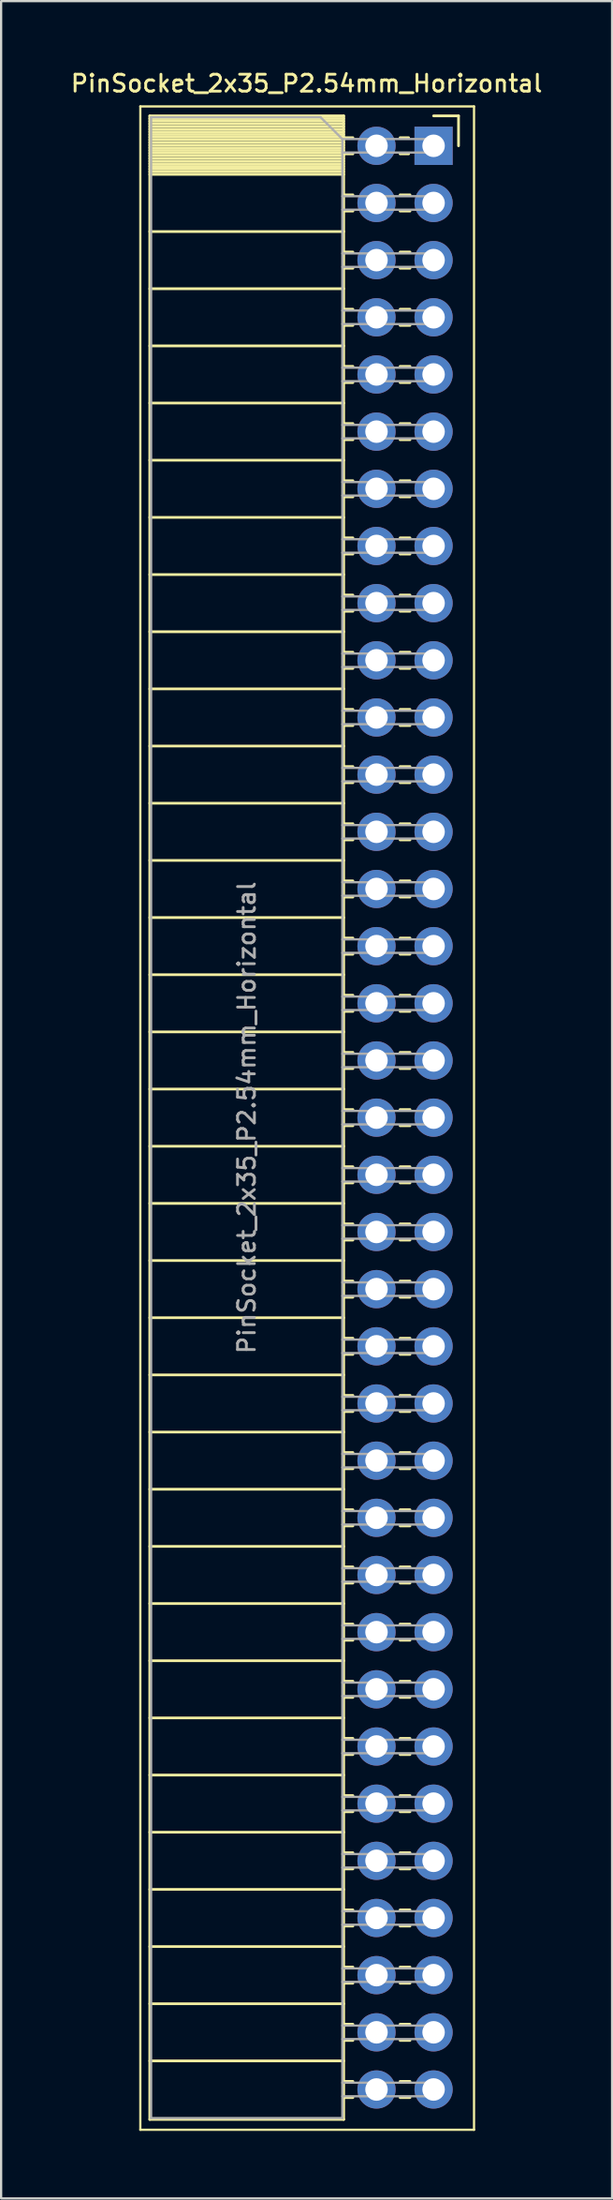
<source format=kicad_pcb>
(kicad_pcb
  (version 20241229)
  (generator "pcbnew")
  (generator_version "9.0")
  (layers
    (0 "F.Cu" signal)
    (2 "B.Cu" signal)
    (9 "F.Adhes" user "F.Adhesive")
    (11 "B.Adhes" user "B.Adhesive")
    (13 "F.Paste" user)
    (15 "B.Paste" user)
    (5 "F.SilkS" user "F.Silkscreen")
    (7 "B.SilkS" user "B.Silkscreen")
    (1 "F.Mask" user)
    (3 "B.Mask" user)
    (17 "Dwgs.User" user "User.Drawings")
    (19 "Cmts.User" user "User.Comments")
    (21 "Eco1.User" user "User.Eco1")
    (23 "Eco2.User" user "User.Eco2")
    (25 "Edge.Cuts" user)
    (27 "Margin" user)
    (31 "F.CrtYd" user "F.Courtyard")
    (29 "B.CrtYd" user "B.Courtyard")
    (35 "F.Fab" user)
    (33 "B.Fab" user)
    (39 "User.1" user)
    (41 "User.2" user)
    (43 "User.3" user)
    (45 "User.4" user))
  (footprint "PinSocket_2x35_P2.54mm_Horizontal"
    (layer "F.Cu")
    (at 16.245 3.428)
    (property "Reference" "PinSocket_2x35_P2.54mm_Horizontal" (at -5.65 -2.77 0) (layer "F.SilkS") (effects (font (size 0.75 0.75) (thickness 0.125))))
    (attr through_hole)
    (fp_line (start -13.05 -1.75) (end -13.05 88.15) (stroke (width 0.1) (type solid)) (layer "F.SilkS"))
    (fp_line (start -13.05 88.15) (end 1.8 88.15) (stroke (width 0.1) (type solid)) (layer "F.SilkS"))
    (fp_line (start -12.63 -1.33) (end -12.63 87.69) (stroke (width 0.12) (type solid)) (layer "F.SilkS"))
    (fp_line (start -12.63 -1.33) (end -4 -1.33) (stroke (width 0.12) (type solid)) (layer "F.SilkS"))
    (fp_line (start -12.63 -1.21) (end -4 -1.21) (stroke (width 0.12) (type solid)) (layer "F.SilkS"))
    (fp_line (start -12.63 -1.092) (end -4 -1.092) (stroke (width 0.12) (type solid)) (layer "F.SilkS"))
    (fp_line (start -12.63 -0.974) (end -4 -0.974) (stroke (width 0.12) (type solid)) (layer "F.SilkS"))
    (fp_line (start -12.63 -0.856) (end -4 -0.856) (stroke (width 0.12) (type solid)) (layer "F.SilkS"))
    (fp_line (start -12.63 -0.738) (end -4 -0.738) (stroke (width 0.12) (type solid)) (layer "F.SilkS"))
    (fp_line (start -12.63 -0.62) (end -4 -0.62) (stroke (width 0.12) (type solid)) (layer "F.SilkS"))
    (fp_line (start -12.63 -0.501) (end -4 -0.501) (stroke (width 0.12) (type solid)) (layer "F.SilkS"))
    (fp_line (start -12.63 -0.383) (end -4 -0.383) (stroke (width 0.12) (type solid)) (layer "F.SilkS"))
    (fp_line (start -12.63 -0.265) (end -4 -0.265) (stroke (width 0.12) (type solid)) (layer "F.SilkS"))
    (fp_line (start -12.63 -0.147) (end -4 -0.147) (stroke (width 0.12) (type solid)) (layer "F.SilkS"))
    (fp_line (start -12.63 -0.029) (end -4 -0.029) (stroke (width 0.12) (type solid)) (layer "F.SilkS"))
    (fp_line (start -12.63 0.089) (end -4 0.089) (stroke (width 0.12) (type solid)) (layer "F.SilkS"))
    (fp_line (start -12.63 0.207) (end -4 0.207) (stroke (width 0.12) (type solid)) (layer "F.SilkS"))
    (fp_line (start -12.63 0.325) (end -4 0.325) (stroke (width 0.12) (type solid)) (layer "F.SilkS"))
    (fp_line (start -12.63 0.443) (end -4 0.443) (stroke (width 0.12) (type solid)) (layer "F.SilkS"))
    (fp_line (start -12.63 0.561) (end -4 0.561) (stroke (width 0.12) (type solid)) (layer "F.SilkS"))
    (fp_line (start -12.63 0.68) (end -4 0.68) (stroke (width 0.12) (type solid)) (layer "F.SilkS"))
    (fp_line (start -12.63 0.798) (end -4 0.798) (stroke (width 0.12) (type solid)) (layer "F.SilkS"))
    (fp_line (start -12.63 0.916) (end -4 0.916) (stroke (width 0.12) (type solid)) (layer "F.SilkS"))
    (fp_line (start -12.63 1.034) (end -4 1.034) (stroke (width 0.12) (type solid)) (layer "F.SilkS"))
    (fp_line (start -12.63 1.152) (end -4 1.152) (stroke (width 0.12) (type solid)) (layer "F.SilkS"))
    (fp_line (start -12.63 1.27) (end -4 1.27) (stroke (width 0.12) (type solid)) (layer "F.SilkS"))
    (fp_line (start -12.63 3.81) (end -4 3.81) (stroke (width 0.12) (type solid)) (layer "F.SilkS"))
    (fp_line (start -12.63 6.35) (end -4 6.35) (stroke (width 0.12) (type solid)) (layer "F.SilkS"))
    (fp_line (start -12.63 8.89) (end -4 8.89) (stroke (width 0.12) (type solid)) (layer "F.SilkS"))
    (fp_line (start -12.63 11.43) (end -4 11.43) (stroke (width 0.12) (type solid)) (layer "F.SilkS"))
    (fp_line (start -12.63 13.97) (end -4 13.97) (stroke (width 0.12) (type solid)) (layer "F.SilkS"))
    (fp_line (start -12.63 16.51) (end -4 16.51) (stroke (width 0.12) (type solid)) (layer "F.SilkS"))
    (fp_line (start -12.63 19.05) (end -4 19.05) (stroke (width 0.12) (type solid)) (layer "F.SilkS"))
    (fp_line (start -12.63 21.59) (end -4 21.59) (stroke (width 0.12) (type solid)) (layer "F.SilkS"))
    (fp_line (start -12.63 24.13) (end -4 24.13) (stroke (width 0.12) (type solid)) (layer "F.SilkS"))
    (fp_line (start -12.63 26.67) (end -4 26.67) (stroke (width 0.12) (type solid)) (layer "F.SilkS"))
    (fp_line (start -12.63 29.21) (end -4 29.21) (stroke (width 0.12) (type solid)) (layer "F.SilkS"))
    (fp_line (start -12.63 31.75) (end -4 31.75) (stroke (width 0.12) (type solid)) (layer "F.SilkS"))
    (fp_line (start -12.63 34.29) (end -4 34.29) (stroke (width 0.12) (type solid)) (layer "F.SilkS"))
    (fp_line (start -12.63 36.83) (end -4 36.83) (stroke (width 0.12) (type solid)) (layer "F.SilkS"))
    (fp_line (start -12.63 39.37) (end -4 39.37) (stroke (width 0.12) (type solid)) (layer "F.SilkS"))
    (fp_line (start -12.63 41.91) (end -4 41.91) (stroke (width 0.12) (type solid)) (layer "F.SilkS"))
    (fp_line (start -12.63 44.45) (end -4 44.45) (stroke (width 0.12) (type solid)) (layer "F.SilkS"))
    (fp_line (start -12.63 46.99) (end -4 46.99) (stroke (width 0.12) (type solid)) (layer "F.SilkS"))
    (fp_line (start -12.63 49.53) (end -4 49.53) (stroke (width 0.12) (type solid)) (layer "F.SilkS"))
    (fp_line (start -12.63 52.07) (end -4 52.07) (stroke (width 0.12) (type solid)) (layer "F.SilkS"))
    (fp_line (start -12.63 54.61) (end -4 54.61) (stroke (width 0.12) (type solid)) (layer "F.SilkS"))
    (fp_line (start -12.63 57.15) (end -4 57.15) (stroke (width 0.12) (type solid)) (layer "F.SilkS"))
    (fp_line (start -12.63 59.69) (end -4 59.69) (stroke (width 0.12) (type solid)) (layer "F.SilkS"))
    (fp_line (start -12.63 62.23) (end -4 62.23) (stroke (width 0.12) (type solid)) (layer "F.SilkS"))
    (fp_line (start -12.63 64.77) (end -4 64.77) (stroke (width 0.12) (type solid)) (layer "F.SilkS"))
    (fp_line (start -12.63 67.31) (end -4 67.31) (stroke (width 0.12) (type solid)) (layer "F.SilkS"))
    (fp_line (start -12.63 69.85) (end -4 69.85) (stroke (width 0.12) (type solid)) (layer "F.SilkS"))
    (fp_line (start -12.63 72.39) (end -4 72.39) (stroke (width 0.12) (type solid)) (layer "F.SilkS"))
    (fp_line (start -12.63 74.93) (end -4 74.93) (stroke (width 0.12) (type solid)) (layer "F.SilkS"))
    (fp_line (start -12.63 77.47) (end -4 77.47) (stroke (width 0.12) (type solid)) (layer "F.SilkS"))
    (fp_line (start -12.63 80.01) (end -4 80.01) (stroke (width 0.12) (type solid)) (layer "F.SilkS"))
    (fp_line (start -12.63 82.55) (end -4 82.55) (stroke (width 0.12) (type solid)) (layer "F.SilkS"))
    (fp_line (start -12.63 85.09) (end -4 85.09) (stroke (width 0.12) (type solid)) (layer "F.SilkS"))
    (fp_line (start -12.63 87.69) (end -4 87.69) (stroke (width 0.12) (type solid)) (layer "F.SilkS"))
    (fp_line (start -4 -1.33) (end -4 87.69) (stroke (width 0.12) (type solid)) (layer "F.SilkS"))
    (fp_line (start -4 -0.36) (end -3.59 -0.36) (stroke (width 0.12) (type solid)) (layer "F.SilkS"))
    (fp_line (start -4 0.36) (end -3.59 0.36) (stroke (width 0.12) (type solid)) (layer "F.SilkS"))
    (fp_line (start -4 2.18) (end -3.59 2.18) (stroke (width 0.12) (type solid)) (layer "F.SilkS"))
    (fp_line (start -4 2.9) (end -3.59 2.9) (stroke (width 0.12) (type solid)) (layer "F.SilkS"))
    (fp_line (start -4 4.72) (end -3.59 4.72) (stroke (width 0.12) (type solid)) (layer "F.SilkS"))
    (fp_line (start -4 5.44) (end -3.59 5.44) (stroke (width 0.12) (type solid)) (layer "F.SilkS"))
    (fp_line (start -4 7.26) (end -3.59 7.26) (stroke (width 0.12) (type solid)) (layer "F.SilkS"))
    (fp_line (start -4 7.98) (end -3.59 7.98) (stroke (width 0.12) (type solid)) (layer "F.SilkS"))
    (fp_line (start -4 9.8) (end -3.59 9.8) (stroke (width 0.12) (type solid)) (layer "F.SilkS"))
    (fp_line (start -4 10.52) (end -3.59 10.52) (stroke (width 0.12) (type solid)) (layer "F.SilkS"))
    (fp_line (start -4 12.34) (end -3.59 12.34) (stroke (width 0.12) (type solid)) (layer "F.SilkS"))
    (fp_line (start -4 13.06) (end -3.59 13.06) (stroke (width 0.12) (type solid)) (layer "F.SilkS"))
    (fp_line (start -4 14.88) (end -3.59 14.88) (stroke (width 0.12) (type solid)) (layer "F.SilkS"))
    (fp_line (start -4 15.6) (end -3.59 15.6) (stroke (width 0.12) (type solid)) (layer "F.SilkS"))
    (fp_line (start -4 17.42) (end -3.59 17.42) (stroke (width 0.12) (type solid)) (layer "F.SilkS"))
    (fp_line (start -4 18.14) (end -3.59 18.14) (stroke (width 0.12) (type solid)) (layer "F.SilkS"))
    (fp_line (start -4 19.96) (end -3.59 19.96) (stroke (width 0.12) (type solid)) (layer "F.SilkS"))
    (fp_line (start -4 20.68) (end -3.59 20.68) (stroke (width 0.12) (type solid)) (layer "F.SilkS"))
    (fp_line (start -4 22.5) (end -3.59 22.5) (stroke (width 0.12) (type solid)) (layer "F.SilkS"))
    (fp_line (start -4 23.22) (end -3.59 23.22) (stroke (width 0.12) (type solid)) (layer "F.SilkS"))
    (fp_line (start -4 25.04) (end -3.59 25.04) (stroke (width 0.12) (type solid)) (layer "F.SilkS"))
    (fp_line (start -4 25.76) (end -3.59 25.76) (stroke (width 0.12) (type solid)) (layer "F.SilkS"))
    (fp_line (start -4 27.58) (end -3.59 27.58) (stroke (width 0.12) (type solid)) (layer "F.SilkS"))
    (fp_line (start -4 28.3) (end -3.59 28.3) (stroke (width 0.12) (type solid)) (layer "F.SilkS"))
    (fp_line (start -4 30.12) (end -3.59 30.12) (stroke (width 0.12) (type solid)) (layer "F.SilkS"))
    (fp_line (start -4 30.84) (end -3.59 30.84) (stroke (width 0.12) (type solid)) (layer "F.SilkS"))
    (fp_line (start -4 32.66) (end -3.59 32.66) (stroke (width 0.12) (type solid)) (layer "F.SilkS"))
    (fp_line (start -4 33.38) (end -3.59 33.38) (stroke (width 0.12) (type solid)) (layer "F.SilkS"))
    (fp_line (start -4 35.2) (end -3.59 35.2) (stroke (width 0.12) (type solid)) (layer "F.SilkS"))
    (fp_line (start -4 35.92) (end -3.59 35.92) (stroke (width 0.12) (type solid)) (layer "F.SilkS"))
    (fp_line (start -4 37.74) (end -3.59 37.74) (stroke (width 0.12) (type solid)) (layer "F.SilkS"))
    (fp_line (start -4 38.46) (end -3.59 38.46) (stroke (width 0.12) (type solid)) (layer "F.SilkS"))
    (fp_line (start -4 40.28) (end -3.59 40.28) (stroke (width 0.12) (type solid)) (layer "F.SilkS"))
    (fp_line (start -4 41) (end -3.59 41) (stroke (width 0.12) (type solid)) (layer "F.SilkS"))
    (fp_line (start -4 42.82) (end -3.59 42.82) (stroke (width 0.12) (type solid)) (layer "F.SilkS"))
    (fp_line (start -4 43.54) (end -3.59 43.54) (stroke (width 0.12) (type solid)) (layer "F.SilkS"))
    (fp_line (start -4 45.36) (end -3.59 45.36) (stroke (width 0.12) (type solid)) (layer "F.SilkS"))
    (fp_line (start -4 46.08) (end -3.59 46.08) (stroke (width 0.12) (type solid)) (layer "F.SilkS"))
    (fp_line (start -4 47.9) (end -3.59 47.9) (stroke (width 0.12) (type solid)) (layer "F.SilkS"))
    (fp_line (start -4 48.62) (end -3.59 48.62) (stroke (width 0.12) (type solid)) (layer "F.SilkS"))
    (fp_line (start -4 50.44) (end -3.59 50.44) (stroke (width 0.12) (type solid)) (layer "F.SilkS"))
    (fp_line (start -4 51.16) (end -3.59 51.16) (stroke (width 0.12) (type solid)) (layer "F.SilkS"))
    (fp_line (start -4 52.98) (end -3.59 52.98) (stroke (width 0.12) (type solid)) (layer "F.SilkS"))
    (fp_line (start -4 53.7) (end -3.59 53.7) (stroke (width 0.12) (type solid)) (layer "F.SilkS"))
    (fp_line (start -4 55.52) (end -3.59 55.52) (stroke (width 0.12) (type solid)) (layer "F.SilkS"))
    (fp_line (start -4 56.24) (end -3.59 56.24) (stroke (width 0.12) (type solid)) (layer "F.SilkS"))
    (fp_line (start -4 58.06) (end -3.59 58.06) (stroke (width 0.12) (type solid)) (layer "F.SilkS"))
    (fp_line (start -4 58.78) (end -3.59 58.78) (stroke (width 0.12) (type solid)) (layer "F.SilkS"))
    (fp_line (start -4 60.6) (end -3.59 60.6) (stroke (width 0.12) (type solid)) (layer "F.SilkS"))
    (fp_line (start -4 61.32) (end -3.59 61.32) (stroke (width 0.12) (type solid)) (layer "F.SilkS"))
    (fp_line (start -4 63.14) (end -3.59 63.14) (stroke (width 0.12) (type solid)) (layer "F.SilkS"))
    (fp_line (start -4 63.86) (end -3.59 63.86) (stroke (width 0.12) (type solid)) (layer "F.SilkS"))
    (fp_line (start -4 65.68) (end -3.59 65.68) (stroke (width 0.12) (type solid)) (layer "F.SilkS"))
    (fp_line (start -4 66.4) (end -3.59 66.4) (stroke (width 0.12) (type solid)) (layer "F.SilkS"))
    (fp_line (start -4 68.22) (end -3.59 68.22) (stroke (width 0.12) (type solid)) (layer "F.SilkS"))
    (fp_line (start -4 68.94) (end -3.59 68.94) (stroke (width 0.12) (type solid)) (layer "F.SilkS"))
    (fp_line (start -4 70.76) (end -3.59 70.76) (stroke (width 0.12) (type solid)) (layer "F.SilkS"))
    (fp_line (start -4 71.48) (end -3.59 71.48) (stroke (width 0.12) (type solid)) (layer "F.SilkS"))
    (fp_line (start -4 73.3) (end -3.59 73.3) (stroke (width 0.12) (type solid)) (layer "F.SilkS"))
    (fp_line (start -4 74.02) (end -3.59 74.02) (stroke (width 0.12) (type solid)) (layer "F.SilkS"))
    (fp_line (start -4 75.84) (end -3.59 75.84) (stroke (width 0.12) (type solid)) (layer "F.SilkS"))
    (fp_line (start -4 76.56) (end -3.59 76.56) (stroke (width 0.12) (type solid)) (layer "F.SilkS"))
    (fp_line (start -4 78.38) (end -3.59 78.38) (stroke (width 0.12) (type solid)) (layer "F.SilkS"))
    (fp_line (start -4 79.1) (end -3.59 79.1) (stroke (width 0.12) (type solid)) (layer "F.SilkS"))
    (fp_line (start -4 80.92) (end -3.59 80.92) (stroke (width 0.12) (type solid)) (layer "F.SilkS"))
    (fp_line (start -4 81.64) (end -3.59 81.64) (stroke (width 0.12) (type solid)) (layer "F.SilkS"))
    (fp_line (start -4 83.46) (end -3.59 83.46) (stroke (width 0.12) (type solid)) (layer "F.SilkS"))
    (fp_line (start -4 84.18) (end -3.59 84.18) (stroke (width 0.12) (type solid)) (layer "F.SilkS"))
    (fp_line (start -4 86) (end -3.59 86) (stroke (width 0.12) (type solid)) (layer "F.SilkS"))
    (fp_line (start -4 86.72) (end -3.59 86.72) (stroke (width 0.12) (type solid)) (layer "F.SilkS"))
    (fp_line (start -1.49 -0.36) (end -1.11 -0.36) (stroke (width 0.12) (type solid)) (layer "F.SilkS"))
    (fp_line (start -1.49 0.36) (end -1.11 0.36) (stroke (width 0.12) (type solid)) (layer "F.SilkS"))
    (fp_line (start -1.49 2.18) (end -1.05 2.18) (stroke (width 0.12) (type solid)) (layer "F.SilkS"))
    (fp_line (start -1.49 2.9) (end -1.05 2.9) (stroke (width 0.12) (type solid)) (layer "F.SilkS"))
    (fp_line (start -1.49 4.72) (end -1.05 4.72) (stroke (width 0.12) (type solid)) (layer "F.SilkS"))
    (fp_line (start -1.49 5.44) (end -1.05 5.44) (stroke (width 0.12) (type solid)) (layer "F.SilkS"))
    (fp_line (start -1.49 7.26) (end -1.05 7.26) (stroke (width 0.12) (type solid)) (layer "F.SilkS"))
    (fp_line (start -1.49 7.98) (end -1.05 7.98) (stroke (width 0.12) (type solid)) (layer "F.SilkS"))
    (fp_line (start -1.49 9.8) (end -1.05 9.8) (stroke (width 0.12) (type solid)) (layer "F.SilkS"))
    (fp_line (start -1.49 10.52) (end -1.05 10.52) (stroke (width 0.12) (type solid)) (layer "F.SilkS"))
    (fp_line (start -1.49 12.34) (end -1.05 12.34) (stroke (width 0.12) (type solid)) (layer "F.SilkS"))
    (fp_line (start -1.49 13.06) (end -1.05 13.06) (stroke (width 0.12) (type solid)) (layer "F.SilkS"))
    (fp_line (start -1.49 14.88) (end -1.05 14.88) (stroke (width 0.12) (type solid)) (layer "F.SilkS"))
    (fp_line (start -1.49 15.6) (end -1.05 15.6) (stroke (width 0.12) (type solid)) (layer "F.SilkS"))
    (fp_line (start -1.49 17.42) (end -1.05 17.42) (stroke (width 0.12) (type solid)) (layer "F.SilkS"))
    (fp_line (start -1.49 18.14) (end -1.05 18.14) (stroke (width 0.12) (type solid)) (layer "F.SilkS"))
    (fp_line (start -1.49 19.96) (end -1.05 19.96) (stroke (width 0.12) (type solid)) (layer "F.SilkS"))
    (fp_line (start -1.49 20.68) (end -1.05 20.68) (stroke (width 0.12) (type solid)) (layer "F.SilkS"))
    (fp_line (start -1.49 22.5) (end -1.05 22.5) (stroke (width 0.12) (type solid)) (layer "F.SilkS"))
    (fp_line (start -1.49 23.22) (end -1.05 23.22) (stroke (width 0.12) (type solid)) (layer "F.SilkS"))
    (fp_line (start -1.49 25.04) (end -1.05 25.04) (stroke (width 0.12) (type solid)) (layer "F.SilkS"))
    (fp_line (start -1.49 25.76) (end -1.05 25.76) (stroke (width 0.12) (type solid)) (layer "F.SilkS"))
    (fp_line (start -1.49 27.58) (end -1.05 27.58) (stroke (width 0.12) (type solid)) (layer "F.SilkS"))
    (fp_line (start -1.49 28.3) (end -1.05 28.3) (stroke (width 0.12) (type solid)) (layer "F.SilkS"))
    (fp_line (start -1.49 30.12) (end -1.05 30.12) (stroke (width 0.12) (type solid)) (layer "F.SilkS"))
    (fp_line (start -1.49 30.84) (end -1.05 30.84) (stroke (width 0.12) (type solid)) (layer "F.SilkS"))
    (fp_line (start -1.49 32.66) (end -1.05 32.66) (stroke (width 0.12) (type solid)) (layer "F.SilkS"))
    (fp_line (start -1.49 33.38) (end -1.05 33.38) (stroke (width 0.12) (type solid)) (layer "F.SilkS"))
    (fp_line (start -1.49 35.2) (end -1.05 35.2) (stroke (width 0.12) (type solid)) (layer "F.SilkS"))
    (fp_line (start -1.49 35.92) (end -1.05 35.92) (stroke (width 0.12) (type solid)) (layer "F.SilkS"))
    (fp_line (start -1.49 37.74) (end -1.05 37.74) (stroke (width 0.12) (type solid)) (layer "F.SilkS"))
    (fp_line (start -1.49 38.46) (end -1.05 38.46) (stroke (width 0.12) (type solid)) (layer "F.SilkS"))
    (fp_line (start -1.49 40.28) (end -1.05 40.28) (stroke (width 0.12) (type solid)) (layer "F.SilkS"))
    (fp_line (start -1.49 41) (end -1.05 41) (stroke (width 0.12) (type solid)) (layer "F.SilkS"))
    (fp_line (start -1.49 42.82) (end -1.05 42.82) (stroke (width 0.12) (type solid)) (layer "F.SilkS"))
    (fp_line (start -1.49 43.54) (end -1.05 43.54) (stroke (width 0.12) (type solid)) (layer "F.SilkS"))
    (fp_line (start -1.49 45.36) (end -1.05 45.36) (stroke (width 0.12) (type solid)) (layer "F.SilkS"))
    (fp_line (start -1.49 46.08) (end -1.05 46.08) (stroke (width 0.12) (type solid)) (layer "F.SilkS"))
    (fp_line (start -1.49 47.9) (end -1.05 47.9) (stroke (width 0.12) (type solid)) (layer "F.SilkS"))
    (fp_line (start -1.49 48.62) (end -1.05 48.62) (stroke (width 0.12) (type solid)) (layer "F.SilkS"))
    (fp_line (start -1.49 50.44) (end -1.05 50.44) (stroke (width 0.12) (type solid)) (layer "F.SilkS"))
    (fp_line (start -1.49 51.16) (end -1.05 51.16) (stroke (width 0.12) (type solid)) (layer "F.SilkS"))
    (fp_line (start -1.49 52.98) (end -1.05 52.98) (stroke (width 0.12) (type solid)) (layer "F.SilkS"))
    (fp_line (start -1.49 53.7) (end -1.05 53.7) (stroke (width 0.12) (type solid)) (layer "F.SilkS"))
    (fp_line (start -1.49 55.52) (end -1.05 55.52) (stroke (width 0.12) (type solid)) (layer "F.SilkS"))
    (fp_line (start -1.49 56.24) (end -1.05 56.24) (stroke (width 0.12) (type solid)) (layer "F.SilkS"))
    (fp_line (start -1.49 58.06) (end -1.05 58.06) (stroke (width 0.12) (type solid)) (layer "F.SilkS"))
    (fp_line (start -1.49 58.78) (end -1.05 58.78) (stroke (width 0.12) (type solid)) (layer "F.SilkS"))
    (fp_line (start -1.49 60.6) (end -1.05 60.6) (stroke (width 0.12) (type solid)) (layer "F.SilkS"))
    (fp_line (start -1.49 61.32) (end -1.05 61.32) (stroke (width 0.12) (type solid)) (layer "F.SilkS"))
    (fp_line (start -1.49 63.14) (end -1.05 63.14) (stroke (width 0.12) (type solid)) (layer "F.SilkS"))
    (fp_line (start -1.49 63.86) (end -1.05 63.86) (stroke (width 0.12) (type solid)) (layer "F.SilkS"))
    (fp_line (start -1.49 65.68) (end -1.05 65.68) (stroke (width 0.12) (type solid)) (layer "F.SilkS"))
    (fp_line (start -1.49 66.4) (end -1.05 66.4) (stroke (width 0.12) (type solid)) (layer "F.SilkS"))
    (fp_line (start -1.49 68.22) (end -1.05 68.22) (stroke (width 0.12) (type solid)) (layer "F.SilkS"))
    (fp_line (start -1.49 68.94) (end -1.05 68.94) (stroke (width 0.12) (type solid)) (layer "F.SilkS"))
    (fp_line (start -1.49 70.76) (end -1.05 70.76) (stroke (width 0.12) (type solid)) (layer "F.SilkS"))
    (fp_line (start -1.49 71.48) (end -1.05 71.48) (stroke (width 0.12) (type solid)) (layer "F.SilkS"))
    (fp_line (start -1.49 73.3) (end -1.05 73.3) (stroke (width 0.12) (type solid)) (layer "F.SilkS"))
    (fp_line (start -1.49 74.02) (end -1.05 74.02) (stroke (width 0.12) (type solid)) (layer "F.SilkS"))
    (fp_line (start -1.49 75.84) (end -1.05 75.84) (stroke (width 0.12) (type solid)) (layer "F.SilkS"))
    (fp_line (start -1.49 76.56) (end -1.05 76.56) (stroke (width 0.12) (type solid)) (layer "F.SilkS"))
    (fp_line (start -1.49 78.38) (end -1.05 78.38) (stroke (width 0.12) (type solid)) (layer "F.SilkS"))
    (fp_line (start -1.49 79.1) (end -1.05 79.1) (stroke (width 0.12) (type solid)) (layer "F.SilkS"))
    (fp_line (start -1.49 80.92) (end -1.05 80.92) (stroke (width 0.12) (type solid)) (layer "F.SilkS"))
    (fp_line (start -1.49 81.64) (end -1.05 81.64) (stroke (width 0.12) (type solid)) (layer "F.SilkS"))
    (fp_line (start -1.49 83.46) (end -1.05 83.46) (stroke (width 0.12) (type solid)) (layer "F.SilkS"))
    (fp_line (start -1.49 84.18) (end -1.05 84.18) (stroke (width 0.12) (type solid)) (layer "F.SilkS"))
    (fp_line (start -1.49 86) (end -1.05 86) (stroke (width 0.12) (type solid)) (layer "F.SilkS"))
    (fp_line (start -1.49 86.72) (end -1.05 86.72) (stroke (width 0.12) (type solid)) (layer "F.SilkS"))
    (fp_line (start 0 -1.33) (end 1.11 -1.33) (stroke (width 0.12) (type solid)) (layer "F.SilkS"))
    (fp_line (start 1.11 -1.33) (end 1.11 0) (stroke (width 0.12) (type solid)) (layer "F.SilkS"))
    (fp_line (start 1.8 -1.75) (end -13.05 -1.75) (stroke (width 0.1) (type solid)) (layer "F.SilkS"))
    (fp_line (start 1.8 88.15) (end 1.8 -1.75) (stroke (width 0.1) (type solid)) (layer "F.SilkS"))
    (fp_line (start -12.57 -1.27) (end -5.03 -1.27) (stroke (width 0.1) (type solid)) (layer "F.Fab"))
    (fp_line (start -12.57 87.63) (end -12.57 -1.27) (stroke (width 0.1) (type solid)) (layer "F.Fab"))
    (fp_line (start -5.03 -1.27) (end -4.06 -0.3) (stroke (width 0.1) (type solid)) (layer "F.Fab"))
    (fp_line (start -4.06 -0.3) (end -4.06 87.63) (stroke (width 0.1) (type solid)) (layer "F.Fab"))
    (fp_line (start -4.06 0.3) (end 0 0.3) (stroke (width 0.1) (type solid)) (layer "F.Fab"))
    (fp_line (start -4.06 2.84) (end 0 2.84) (stroke (width 0.1) (type solid)) (layer "F.Fab"))
    (fp_line (start -4.06 5.38) (end 0 5.38) (stroke (width 0.1) (type solid)) (layer "F.Fab"))
    (fp_line (start -4.06 7.92) (end 0 7.92) (stroke (width 0.1) (type solid)) (layer "F.Fab"))
    (fp_line (start -4.06 10.46) (end 0 10.46) (stroke (width 0.1) (type solid)) (layer "F.Fab"))
    (fp_line (start -4.06 13) (end 0 13) (stroke (width 0.1) (type solid)) (layer "F.Fab"))
    (fp_line (start -4.06 15.54) (end 0 15.54) (stroke (width 0.1) (type solid)) (layer "F.Fab"))
    (fp_line (start -4.06 18.08) (end 0 18.08) (stroke (width 0.1) (type solid)) (layer "F.Fab"))
    (fp_line (start -4.06 20.62) (end 0 20.62) (stroke (width 0.1) (type solid)) (layer "F.Fab"))
    (fp_line (start -4.06 23.16) (end 0 23.16) (stroke (width 0.1) (type solid)) (layer "F.Fab"))
    (fp_line (start -4.06 25.7) (end 0 25.7) (stroke (width 0.1) (type solid)) (layer "F.Fab"))
    (fp_line (start -4.06 28.24) (end 0 28.24) (stroke (width 0.1) (type solid)) (layer "F.Fab"))
    (fp_line (start -4.06 30.78) (end 0 30.78) (stroke (width 0.1) (type solid)) (layer "F.Fab"))
    (fp_line (start -4.06 33.32) (end 0 33.32) (stroke (width 0.1) (type solid)) (layer "F.Fab"))
    (fp_line (start -4.06 35.86) (end 0 35.86) (stroke (width 0.1) (type solid)) (layer "F.Fab"))
    (fp_line (start -4.06 38.4) (end 0 38.4) (stroke (width 0.1) (type solid)) (layer "F.Fab"))
    (fp_line (start -4.06 40.94) (end 0 40.94) (stroke (width 0.1) (type solid)) (layer "F.Fab"))
    (fp_line (start -4.06 43.48) (end 0 43.48) (stroke (width 0.1) (type solid)) (layer "F.Fab"))
    (fp_line (start -4.06 46.02) (end 0 46.02) (stroke (width 0.1) (type solid)) (layer "F.Fab"))
    (fp_line (start -4.06 48.56) (end 0 48.56) (stroke (width 0.1) (type solid)) (layer "F.Fab"))
    (fp_line (start -4.06 51.1) (end 0 51.1) (stroke (width 0.1) (type solid)) (layer "F.Fab"))
    (fp_line (start -4.06 53.64) (end 0 53.64) (stroke (width 0.1) (type solid)) (layer "F.Fab"))
    (fp_line (start -4.06 56.18) (end 0 56.18) (stroke (width 0.1) (type solid)) (layer "F.Fab"))
    (fp_line (start -4.06 58.72) (end 0 58.72) (stroke (width 0.1) (type solid)) (layer "F.Fab"))
    (fp_line (start -4.06 61.26) (end 0 61.26) (stroke (width 0.1) (type solid)) (layer "F.Fab"))
    (fp_line (start -4.06 63.8) (end 0 63.8) (stroke (width 0.1) (type solid)) (layer "F.Fab"))
    (fp_line (start -4.06 66.34) (end 0 66.34) (stroke (width 0.1) (type solid)) (layer "F.Fab"))
    (fp_line (start -4.06 68.88) (end 0 68.88) (stroke (width 0.1) (type solid)) (layer "F.Fab"))
    (fp_line (start -4.06 71.42) (end 0 71.42) (stroke (width 0.1) (type solid)) (layer "F.Fab"))
    (fp_line (start -4.06 73.96) (end 0 73.96) (stroke (width 0.1) (type solid)) (layer "F.Fab"))
    (fp_line (start -4.06 76.5) (end 0 76.5) (stroke (width 0.1) (type solid)) (layer "F.Fab"))
    (fp_line (start -4.06 79.04) (end 0 79.04) (stroke (width 0.1) (type solid)) (layer "F.Fab"))
    (fp_line (start -4.06 81.58) (end 0 81.58) (stroke (width 0.1) (type solid)) (layer "F.Fab"))
    (fp_line (start -4.06 84.12) (end 0 84.12) (stroke (width 0.1) (type solid)) (layer "F.Fab"))
    (fp_line (start -4.06 86.66) (end 0 86.66) (stroke (width 0.1) (type solid)) (layer "F.Fab"))
    (fp_line (start -4.06 87.63) (end -12.57 87.63) (stroke (width 0.1) (type solid)) (layer "F.Fab"))
    (fp_line (start 0 -0.3) (end -4.06 -0.3) (stroke (width 0.1) (type solid)) (layer "F.Fab"))
    (fp_line (start 0 0.3) (end 0 -0.3) (stroke (width 0.1) (type solid)) (layer "F.Fab"))
    (fp_line (start 0 2.24) (end -4.06 2.24) (stroke (width 0.1) (type solid)) (layer "F.Fab"))
    (fp_line (start 0 2.84) (end 0 2.24) (stroke (width 0.1) (type solid)) (layer "F.Fab"))
    (fp_line (start 0 4.78) (end -4.06 4.78) (stroke (width 0.1) (type solid)) (layer "F.Fab"))
    (fp_line (start 0 5.38) (end 0 4.78) (stroke (width 0.1) (type solid)) (layer "F.Fab"))
    (fp_line (start 0 7.32) (end -4.06 7.32) (stroke (width 0.1) (type solid)) (layer "F.Fab"))
    (fp_line (start 0 7.92) (end 0 7.32) (stroke (width 0.1) (type solid)) (layer "F.Fab"))
    (fp_line (start 0 9.86) (end -4.06 9.86) (stroke (width 0.1) (type solid)) (layer "F.Fab"))
    (fp_line (start 0 10.46) (end 0 9.86) (stroke (width 0.1) (type solid)) (layer "F.Fab"))
    (fp_line (start 0 12.4) (end -4.06 12.4) (stroke (width 0.1) (type solid)) (layer "F.Fab"))
    (fp_line (start 0 13) (end 0 12.4) (stroke (width 0.1) (type solid)) (layer "F.Fab"))
    (fp_line (start 0 14.94) (end -4.06 14.94) (stroke (width 0.1) (type solid)) (layer "F.Fab"))
    (fp_line (start 0 15.54) (end 0 14.94) (stroke (width 0.1) (type solid)) (layer "F.Fab"))
    (fp_line (start 0 17.48) (end -4.06 17.48) (stroke (width 0.1) (type solid)) (layer "F.Fab"))
    (fp_line (start 0 18.08) (end 0 17.48) (stroke (width 0.1) (type solid)) (layer "F.Fab"))
    (fp_line (start 0 20.02) (end -4.06 20.02) (stroke (width 0.1) (type solid)) (layer "F.Fab"))
    (fp_line (start 0 20.62) (end 0 20.02) (stroke (width 0.1) (type solid)) (layer "F.Fab"))
    (fp_line (start 0 22.56) (end -4.06 22.56) (stroke (width 0.1) (type solid)) (layer "F.Fab"))
    (fp_line (start 0 23.16) (end 0 22.56) (stroke (width 0.1) (type solid)) (layer "F.Fab"))
    (fp_line (start 0 25.1) (end -4.06 25.1) (stroke (width 0.1) (type solid)) (layer "F.Fab"))
    (fp_line (start 0 25.7) (end 0 25.1) (stroke (width 0.1) (type solid)) (layer "F.Fab"))
    (fp_line (start 0 27.64) (end -4.06 27.64) (stroke (width 0.1) (type solid)) (layer "F.Fab"))
    (fp_line (start 0 28.24) (end 0 27.64) (stroke (width 0.1) (type solid)) (layer "F.Fab"))
    (fp_line (start 0 30.18) (end -4.06 30.18) (stroke (width 0.1) (type solid)) (layer "F.Fab"))
    (fp_line (start 0 30.78) (end 0 30.18) (stroke (width 0.1) (type solid)) (layer "F.Fab"))
    (fp_line (start 0 32.72) (end -4.06 32.72) (stroke (width 0.1) (type solid)) (layer "F.Fab"))
    (fp_line (start 0 33.32) (end 0 32.72) (stroke (width 0.1) (type solid)) (layer "F.Fab"))
    (fp_line (start 0 35.26) (end -4.06 35.26) (stroke (width 0.1) (type solid)) (layer "F.Fab"))
    (fp_line (start 0 35.86) (end 0 35.26) (stroke (width 0.1) (type solid)) (layer "F.Fab"))
    (fp_line (start 0 37.8) (end -4.06 37.8) (stroke (width 0.1) (type solid)) (layer "F.Fab"))
    (fp_line (start 0 38.4) (end 0 37.8) (stroke (width 0.1) (type solid)) (layer "F.Fab"))
    (fp_line (start 0 40.34) (end -4.06 40.34) (stroke (width 0.1) (type solid)) (layer "F.Fab"))
    (fp_line (start 0 40.94) (end 0 40.34) (stroke (width 0.1) (type solid)) (layer "F.Fab"))
    (fp_line (start 0 42.88) (end -4.06 42.88) (stroke (width 0.1) (type solid)) (layer "F.Fab"))
    (fp_line (start 0 43.48) (end 0 42.88) (stroke (width 0.1) (type solid)) (layer "F.Fab"))
    (fp_line (start 0 45.42) (end -4.06 45.42) (stroke (width 0.1) (type solid)) (layer "F.Fab"))
    (fp_line (start 0 46.02) (end 0 45.42) (stroke (width 0.1) (type solid)) (layer "F.Fab"))
    (fp_line (start 0 47.96) (end -4.06 47.96) (stroke (width 0.1) (type solid)) (layer "F.Fab"))
    (fp_line (start 0 48.56) (end 0 47.96) (stroke (width 0.1) (type solid)) (layer "F.Fab"))
    (fp_line (start 0 50.5) (end -4.06 50.5) (stroke (width 0.1) (type solid)) (layer "F.Fab"))
    (fp_line (start 0 51.1) (end 0 50.5) (stroke (width 0.1) (type solid)) (layer "F.Fab"))
    (fp_line (start 0 53.04) (end -4.06 53.04) (stroke (width 0.1) (type solid)) (layer "F.Fab"))
    (fp_line (start 0 53.64) (end 0 53.04) (stroke (width 0.1) (type solid)) (layer "F.Fab"))
    (fp_line (start 0 55.58) (end -4.06 55.58) (stroke (width 0.1) (type solid)) (layer "F.Fab"))
    (fp_line (start 0 56.18) (end 0 55.58) (stroke (width 0.1) (type solid)) (layer "F.Fab"))
    (fp_line (start 0 58.12) (end -4.06 58.12) (stroke (width 0.1) (type solid)) (layer "F.Fab"))
    (fp_line (start 0 58.72) (end 0 58.12) (stroke (width 0.1) (type solid)) (layer "F.Fab"))
    (fp_line (start 0 60.66) (end -4.06 60.66) (stroke (width 0.1) (type solid)) (layer "F.Fab"))
    (fp_line (start 0 61.26) (end 0 60.66) (stroke (width 0.1) (type solid)) (layer "F.Fab"))
    (fp_line (start 0 63.2) (end -4.06 63.2) (stroke (width 0.1) (type solid)) (layer "F.Fab"))
    (fp_line (start 0 63.8) (end 0 63.2) (stroke (width 0.1) (type solid)) (layer "F.Fab"))
    (fp_line (start 0 65.74) (end -4.06 65.74) (stroke (width 0.1) (type solid)) (layer "F.Fab"))
    (fp_line (start 0 66.34) (end 0 65.74) (stroke (width 0.1) (type solid)) (layer "F.Fab"))
    (fp_line (start 0 68.28) (end -4.06 68.28) (stroke (width 0.1) (type solid)) (layer "F.Fab"))
    (fp_line (start 0 68.88) (end 0 68.28) (stroke (width 0.1) (type solid)) (layer "F.Fab"))
    (fp_line (start 0 70.82) (end -4.06 70.82) (stroke (width 0.1) (type solid)) (layer "F.Fab"))
    (fp_line (start 0 71.42) (end 0 70.82) (stroke (width 0.1) (type solid)) (layer "F.Fab"))
    (fp_line (start 0 73.36) (end -4.06 73.36) (stroke (width 0.1) (type solid)) (layer "F.Fab"))
    (fp_line (start 0 73.96) (end 0 73.36) (stroke (width 0.1) (type solid)) (layer "F.Fab"))
    (fp_line (start 0 75.9) (end -4.06 75.9) (stroke (width 0.1) (type solid)) (layer "F.Fab"))
    (fp_line (start 0 76.5) (end 0 75.9) (stroke (width 0.1) (type solid)) (layer "F.Fab"))
    (fp_line (start 0 78.44) (end -4.06 78.44) (stroke (width 0.1) (type solid)) (layer "F.Fab"))
    (fp_line (start 0 79.04) (end 0 78.44) (stroke (width 0.1) (type solid)) (layer "F.Fab"))
    (fp_line (start 0 80.98) (end -4.06 80.98) (stroke (width 0.1) (type solid)) (layer "F.Fab"))
    (fp_line (start 0 81.58) (end 0 80.98) (stroke (width 0.1) (type solid)) (layer "F.Fab"))
    (fp_line (start 0 83.52) (end -4.06 83.52) (stroke (width 0.1) (type solid)) (layer "F.Fab"))
    (fp_line (start 0 84.12) (end 0 83.52) (stroke (width 0.1) (type solid)) (layer "F.Fab"))
    (fp_line (start 0 86.06) (end -4.06 86.06) (stroke (width 0.1) (type solid)) (layer "F.Fab"))
    (fp_line (start 0 86.66) (end 0 86.06) (stroke (width 0.1) (type solid)) (layer "F.Fab"))
    (fp_text user "${REFERENCE}" (at -8.315 43.18 90) (layer "F.Fab") (effects (font (size 0.75 0.75) (thickness 0.125))))
    (pad "1" thru_hole rect (at 0 0) (size 1.7 1.7) (drill 1) (layers "*.Cu" "*.Mask"))
    (pad "2" thru_hole oval (at -2.54 0) (size 1.7 1.7) (drill 1) (layers "*.Cu" "*.Mask"))
    (pad "3" thru_hole oval (at 0 2.54) (size 1.7 1.7) (drill 1) (layers "*.Cu" "*.Mask"))
    (pad "4" thru_hole oval (at -2.54 2.54) (size 1.7 1.7) (drill 1) (layers "*.Cu" "*.Mask"))
    (pad "5" thru_hole oval (at 0 5.08) (size 1.7 1.7) (drill 1) (layers "*.Cu" "*.Mask"))
    (pad "6" thru_hole oval (at -2.54 5.08) (size 1.7 1.7) (drill 1) (layers "*.Cu" "*.Mask"))
    (pad "7" thru_hole oval (at 0 7.62) (size 1.7 1.7) (drill 1) (layers "*.Cu" "*.Mask"))
    (pad "8" thru_hole oval (at -2.54 7.62) (size 1.7 1.7) (drill 1) (layers "*.Cu" "*.Mask"))
    (pad "9" thru_hole oval (at 0 10.16) (size 1.7 1.7) (drill 1) (layers "*.Cu" "*.Mask"))
    (pad "10" thru_hole oval (at -2.54 10.16) (size 1.7 1.7) (drill 1) (layers "*.Cu" "*.Mask"))
    (pad "11" thru_hole oval (at 0 12.7) (size 1.7 1.7) (drill 1) (layers "*.Cu" "*.Mask"))
    (pad "12" thru_hole oval (at -2.54 12.7) (size 1.7 1.7) (drill 1) (layers "*.Cu" "*.Mask"))
    (pad "13" thru_hole oval (at 0 15.24) (size 1.7 1.7) (drill 1) (layers "*.Cu" "*.Mask"))
    (pad "14" thru_hole oval (at -2.54 15.24) (size 1.7 1.7) (drill 1) (layers "*.Cu" "*.Mask"))
    (pad "15" thru_hole oval (at 0 17.78) (size 1.7 1.7) (drill 1) (layers "*.Cu" "*.Mask"))
    (pad "16" thru_hole oval (at -2.54 17.78) (size 1.7 1.7) (drill 1) (layers "*.Cu" "*.Mask"))
    (pad "17" thru_hole oval (at 0 20.32) (size 1.7 1.7) (drill 1) (layers "*.Cu" "*.Mask"))
    (pad "18" thru_hole oval (at -2.54 20.32) (size 1.7 1.7) (drill 1) (layers "*.Cu" "*.Mask"))
    (pad "19" thru_hole oval (at 0 22.86) (size 1.7 1.7) (drill 1) (layers "*.Cu" "*.Mask"))
    (pad "20" thru_hole oval (at -2.54 22.86) (size 1.7 1.7) (drill 1) (layers "*.Cu" "*.Mask"))
    (pad "21" thru_hole oval (at 0 25.4) (size 1.7 1.7) (drill 1) (layers "*.Cu" "*.Mask"))
    (pad "22" thru_hole oval (at -2.54 25.4) (size 1.7 1.7) (drill 1) (layers "*.Cu" "*.Mask"))
    (pad "23" thru_hole oval (at 0 27.94) (size 1.7 1.7) (drill 1) (layers "*.Cu" "*.Mask"))
    (pad "24" thru_hole oval (at -2.54 27.94) (size 1.7 1.7) (drill 1) (layers "*.Cu" "*.Mask"))
    (pad "25" thru_hole oval (at 0 30.48) (size 1.7 1.7) (drill 1) (layers "*.Cu" "*.Mask"))
    (pad "26" thru_hole oval (at -2.54 30.48) (size 1.7 1.7) (drill 1) (layers "*.Cu" "*.Mask"))
    (pad "27" thru_hole oval (at 0 33.02) (size 1.7 1.7) (drill 1) (layers "*.Cu" "*.Mask"))
    (pad "28" thru_hole oval (at -2.54 33.02) (size 1.7 1.7) (drill 1) (layers "*.Cu" "*.Mask"))
    (pad "29" thru_hole oval (at 0 35.56) (size 1.7 1.7) (drill 1) (layers "*.Cu" "*.Mask"))
    (pad "30" thru_hole oval (at -2.54 35.56) (size 1.7 1.7) (drill 1) (layers "*.Cu" "*.Mask"))
    (pad "31" thru_hole oval (at 0 38.1) (size 1.7 1.7) (drill 1) (layers "*.Cu" "*.Mask"))
    (pad "32" thru_hole oval (at -2.54 38.1) (size 1.7 1.7) (drill 1) (layers "*.Cu" "*.Mask"))
    (pad "33" thru_hole oval (at 0 40.64) (size 1.7 1.7) (drill 1) (layers "*.Cu" "*.Mask"))
    (pad "34" thru_hole oval (at -2.54 40.64) (size 1.7 1.7) (drill 1) (layers "*.Cu" "*.Mask"))
    (pad "35" thru_hole oval (at 0 43.18) (size 1.7 1.7) (drill 1) (layers "*.Cu" "*.Mask"))
    (pad "36" thru_hole oval (at -2.54 43.18) (size 1.7 1.7) (drill 1) (layers "*.Cu" "*.Mask"))
    (pad "37" thru_hole oval (at 0 45.72) (size 1.7 1.7) (drill 1) (layers "*.Cu" "*.Mask"))
    (pad "38" thru_hole oval (at -2.54 45.72) (size 1.7 1.7) (drill 1) (layers "*.Cu" "*.Mask"))
    (pad "39" thru_hole oval (at 0 48.26) (size 1.7 1.7) (drill 1) (layers "*.Cu" "*.Mask"))
    (pad "40" thru_hole oval (at -2.54 48.26) (size 1.7 1.7) (drill 1) (layers "*.Cu" "*.Mask"))
    (pad "41" thru_hole oval (at 0 50.8) (size 1.7 1.7) (drill 1) (layers "*.Cu" "*.Mask"))
    (pad "42" thru_hole oval (at -2.54 50.8) (size 1.7 1.7) (drill 1) (layers "*.Cu" "*.Mask"))
    (pad "43" thru_hole oval (at 0 53.34) (size 1.7 1.7) (drill 1) (layers "*.Cu" "*.Mask"))
    (pad "44" thru_hole oval (at -2.54 53.34) (size 1.7 1.7) (drill 1) (layers "*.Cu" "*.Mask"))
    (pad "45" thru_hole oval (at 0 55.88) (size 1.7 1.7) (drill 1) (layers "*.Cu" "*.Mask"))
    (pad "46" thru_hole oval (at -2.54 55.88) (size 1.7 1.7) (drill 1) (layers "*.Cu" "*.Mask"))
    (pad "47" thru_hole oval (at 0 58.42) (size 1.7 1.7) (drill 1) (layers "*.Cu" "*.Mask"))
    (pad "48" thru_hole oval (at -2.54 58.42) (size 1.7 1.7) (drill 1) (layers "*.Cu" "*.Mask"))
    (pad "49" thru_hole oval (at 0 60.96) (size 1.7 1.7) (drill 1) (layers "*.Cu" "*.Mask"))
    (pad "50" thru_hole oval (at -2.54 60.96) (size 1.7 1.7) (drill 1) (layers "*.Cu" "*.Mask"))
    (pad "51" thru_hole oval (at 0 63.5) (size 1.7 1.7) (drill 1) (layers "*.Cu" "*.Mask"))
    (pad "52" thru_hole oval (at -2.54 63.5) (size 1.7 1.7) (drill 1) (layers "*.Cu" "*.Mask"))
    (pad "53" thru_hole oval (at 0 66.04) (size 1.7 1.7) (drill 1) (layers "*.Cu" "*.Mask"))
    (pad "54" thru_hole oval (at -2.54 66.04) (size 1.7 1.7) (drill 1) (layers "*.Cu" "*.Mask"))
    (pad "55" thru_hole oval (at 0 68.58) (size 1.7 1.7) (drill 1) (layers "*.Cu" "*.Mask"))
    (pad "56" thru_hole oval (at -2.54 68.58) (size 1.7 1.7) (drill 1) (layers "*.Cu" "*.Mask"))
    (pad "57" thru_hole oval (at 0 71.12) (size 1.7 1.7) (drill 1) (layers "*.Cu" "*.Mask"))
    (pad "58" thru_hole oval (at -2.54 71.12) (size 1.7 1.7) (drill 1) (layers "*.Cu" "*.Mask"))
    (pad "59" thru_hole oval (at 0 73.66) (size 1.7 1.7) (drill 1) (layers "*.Cu" "*.Mask"))
    (pad "60" thru_hole oval (at -2.54 73.66) (size 1.7 1.7) (drill 1) (layers "*.Cu" "*.Mask"))
    (pad "61" thru_hole oval (at 0 76.2) (size 1.7 1.7) (drill 1) (layers "*.Cu" "*.Mask"))
    (pad "62" thru_hole oval (at -2.54 76.2) (size 1.7 1.7) (drill 1) (layers "*.Cu" "*.Mask"))
    (pad "63" thru_hole oval (at 0 78.74) (size 1.7 1.7) (drill 1) (layers "*.Cu" "*.Mask"))
    (pad "64" thru_hole oval (at -2.54 78.74) (size 1.7 1.7) (drill 1) (layers "*.Cu" "*.Mask"))
    (pad "65" thru_hole oval (at 0 81.28) (size 1.7 1.7) (drill 1) (layers "*.Cu" "*.Mask"))
    (pad "66" thru_hole oval (at -2.54 81.28) (size 1.7 1.7) (drill 1) (layers "*.Cu" "*.Mask"))
    (pad "67" thru_hole oval (at 0 83.82) (size 1.7 1.7) (drill 1) (layers "*.Cu" "*.Mask"))
    (pad "68" thru_hole oval (at -2.54 83.82) (size 1.7 1.7) (drill 1) (layers "*.Cu" "*.Mask"))
    (pad "69" thru_hole oval (at 0 86.36) (size 1.7 1.7) (drill 1) (layers "*.Cu" "*.Mask"))
    (pad "70" thru_hole oval (at -2.54 86.36) (size 1.7 1.7) (drill 1) (layers "*.Cu" "*.Mask")))
  (gr_rect
    (start -3 -3)
    (end 24.189 94.628)
    (stroke (width 0.1) (type default))
    (fill no)
    (layer "Edge.Cuts")))
</source>
